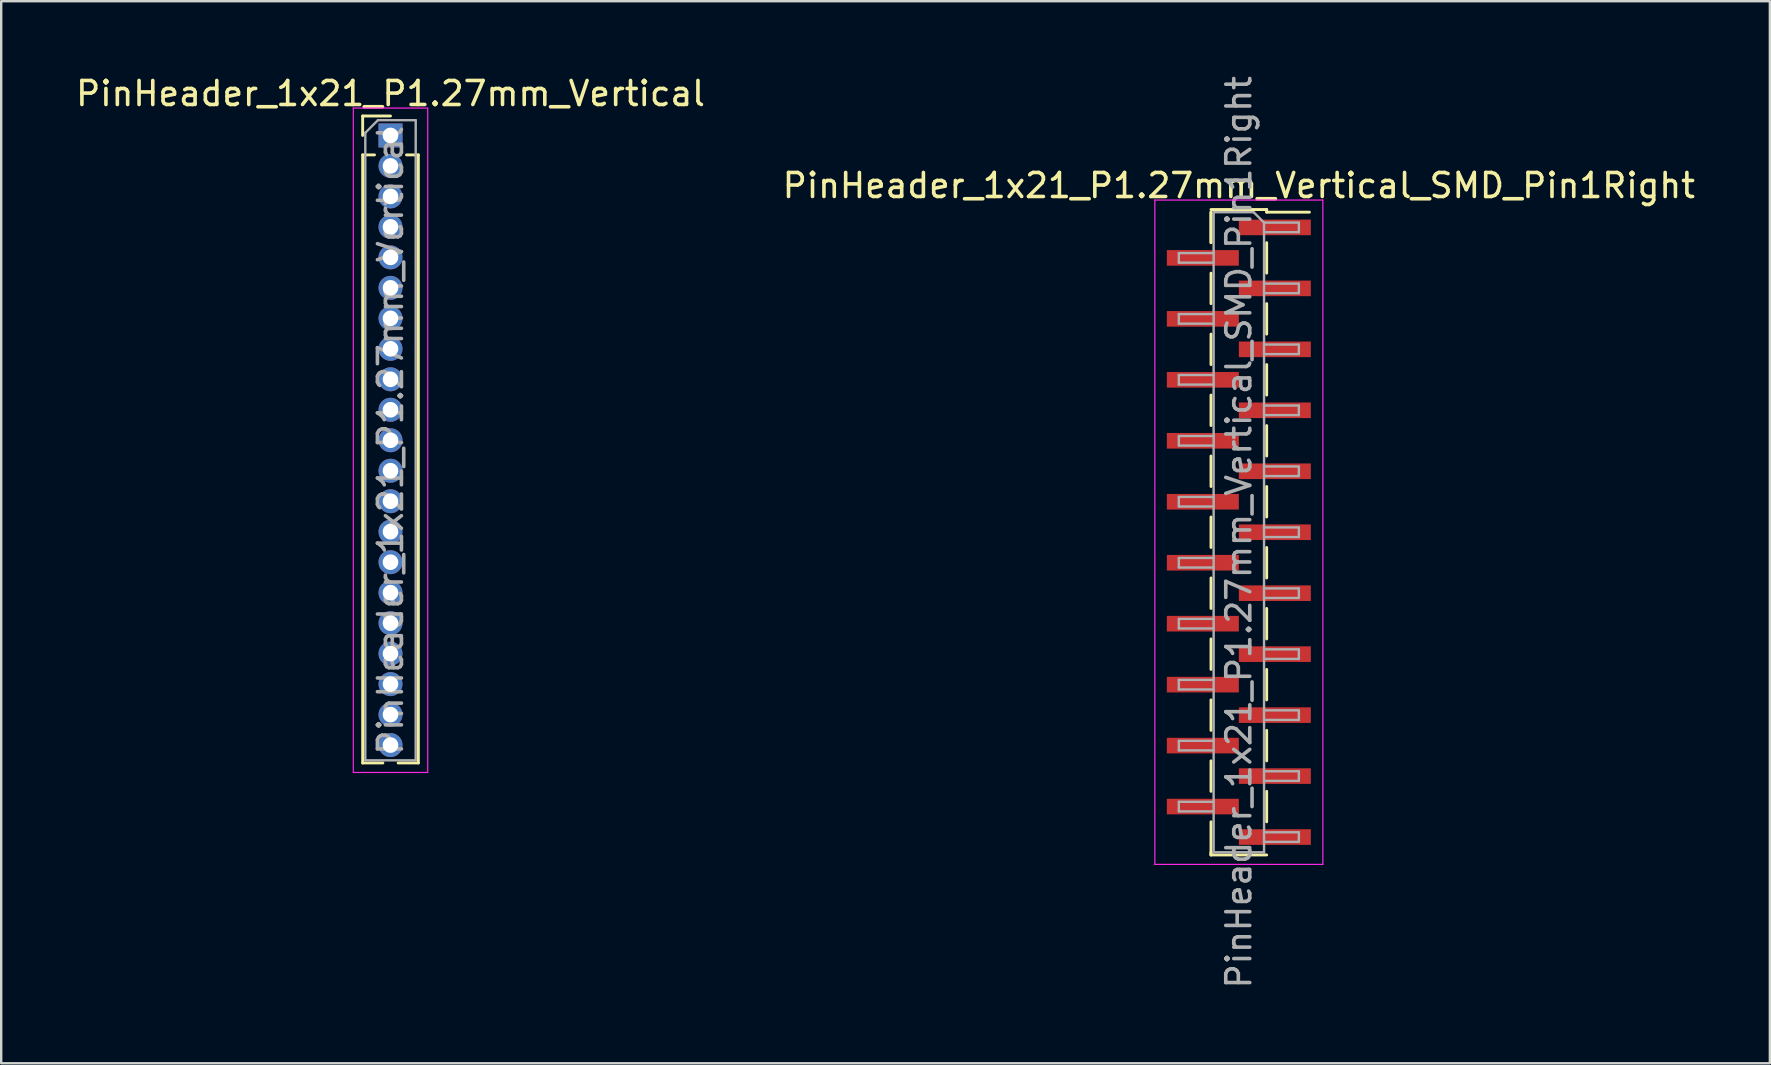
<source format=kicad_pcb>
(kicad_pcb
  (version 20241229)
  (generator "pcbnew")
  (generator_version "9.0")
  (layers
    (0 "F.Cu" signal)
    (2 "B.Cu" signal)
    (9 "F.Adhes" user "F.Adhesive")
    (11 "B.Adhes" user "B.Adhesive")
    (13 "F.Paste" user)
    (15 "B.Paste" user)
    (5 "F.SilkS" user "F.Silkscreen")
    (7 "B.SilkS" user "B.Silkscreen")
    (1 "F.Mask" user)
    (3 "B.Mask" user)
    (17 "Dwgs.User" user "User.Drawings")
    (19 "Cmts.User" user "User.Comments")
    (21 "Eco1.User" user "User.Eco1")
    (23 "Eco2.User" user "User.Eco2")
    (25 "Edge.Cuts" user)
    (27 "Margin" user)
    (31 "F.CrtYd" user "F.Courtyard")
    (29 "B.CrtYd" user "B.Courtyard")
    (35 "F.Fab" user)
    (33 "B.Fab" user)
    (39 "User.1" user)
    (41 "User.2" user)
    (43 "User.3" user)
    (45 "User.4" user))
  (footprint "PinHeader_1x21_P1.27mm_Vertical_SMD_Pin1Right"
    (layer "F.Cu")
    (at 48.565 19.125)
    (property "Reference" "PinHeader_1x21_P1.27mm_Vertical_SMD_Pin1Right" (at 0 -14.445 0) (layer "F.SilkS") (effects (font (size 1 1) (thickness 0.15))))
    (attr smd)
    (fp_line (start -1.16 -13.445) (end 1.16 -13.445) (stroke (width 0.12) (type solid)) (layer "F.SilkS"))
    (fp_line (start -1.16 -13.335) (end -1.16 -12.065) (stroke (width 0.12) (type solid)) (layer "F.SilkS"))
    (fp_line (start -1.16 -13.335) (end -1.16 -12.065) (stroke (width 0.12) (type solid)) (layer "F.SilkS"))
    (fp_line (start -1.16 -10.795) (end -1.16 -9.525) (stroke (width 0.12) (type solid)) (layer "F.SilkS"))
    (fp_line (start -1.16 -8.255) (end -1.16 -6.985) (stroke (width 0.12) (type solid)) (layer "F.SilkS"))
    (fp_line (start -1.16 -5.715) (end -1.16 -4.445) (stroke (width 0.12) (type solid)) (layer "F.SilkS"))
    (fp_line (start -1.16 -3.175) (end -1.16 -1.905) (stroke (width 0.12) (type solid)) (layer "F.SilkS"))
    (fp_line (start -1.16 -0.635) (end -1.16 0.635) (stroke (width 0.12) (type solid)) (layer "F.SilkS"))
    (fp_line (start -1.16 1.905) (end -1.16 3.175) (stroke (width 0.12) (type solid)) (layer "F.SilkS"))
    (fp_line (start -1.16 4.445) (end -1.16 5.715) (stroke (width 0.12) (type solid)) (layer "F.SilkS"))
    (fp_line (start -1.16 6.985) (end -1.16 8.255) (stroke (width 0.12) (type solid)) (layer "F.SilkS"))
    (fp_line (start -1.16 9.525) (end -1.16 10.795) (stroke (width 0.12) (type solid)) (layer "F.SilkS"))
    (fp_line (start -1.16 12.065) (end -1.16 13.445) (stroke (width 0.12) (type solid)) (layer "F.SilkS"))
    (fp_line (start -1.16 13.335) (end -1.16 13.445) (stroke (width 0.12) (type solid)) (layer "F.SilkS"))
    (fp_line (start -1.16 13.445) (end 1.16 13.445) (stroke (width 0.12) (type solid)) (layer "F.SilkS"))
    (fp_line (start 1.16 -13.445) (end 1.16 -13.335) (stroke (width 0.12) (type solid)) (layer "F.SilkS"))
    (fp_line (start 1.16 -13.335) (end 2.94 -13.335) (stroke (width 0.12) (type solid)) (layer "F.SilkS"))
    (fp_line (start 1.16 -12.065) (end 1.16 -10.795) (stroke (width 0.12) (type solid)) (layer "F.SilkS"))
    (fp_line (start 1.16 -9.525) (end 1.16 -8.255) (stroke (width 0.12) (type solid)) (layer "F.SilkS"))
    (fp_line (start 1.16 -6.985) (end 1.16 -5.715) (stroke (width 0.12) (type solid)) (layer "F.SilkS"))
    (fp_line (start 1.16 -4.445) (end 1.16 -3.175) (stroke (width 0.12) (type solid)) (layer "F.SilkS"))
    (fp_line (start 1.16 -1.905) (end 1.16 -0.635) (stroke (width 0.12) (type solid)) (layer "F.SilkS"))
    (fp_line (start 1.16 0.635) (end 1.16 1.905) (stroke (width 0.12) (type solid)) (layer "F.SilkS"))
    (fp_line (start 1.16 3.175) (end 1.16 4.445) (stroke (width 0.12) (type solid)) (layer "F.SilkS"))
    (fp_line (start 1.16 5.715) (end 1.16 6.985) (stroke (width 0.12) (type solid)) (layer "F.SilkS"))
    (fp_line (start 1.16 8.255) (end 1.16 9.525) (stroke (width 0.12) (type solid)) (layer "F.SilkS"))
    (fp_line (start 1.16 10.795) (end 1.16 12.065) (stroke (width 0.12) (type solid)) (layer "F.SilkS"))
    (fp_line (start -3.5 -13.84) (end -3.5 13.84) (stroke (width 0.05) (type solid)) (layer "F.CrtYd"))
    (fp_line (start -3.5 13.84) (end 3.5 13.84) (stroke (width 0.05) (type solid)) (layer "F.CrtYd"))
    (fp_line (start 3.5 -13.84) (end -3.5 -13.84) (stroke (width 0.05) (type solid)) (layer "F.CrtYd"))
    (fp_line (start 3.5 13.84) (end 3.5 -13.84) (stroke (width 0.05) (type solid)) (layer "F.CrtYd"))
    (fp_line (start -2.5 -11.63) (end -2.5 -11.23) (stroke (width 0.1) (type solid)) (layer "F.Fab"))
    (fp_line (start -2.5 -11.23) (end -1.05 -11.23) (stroke (width 0.1) (type solid)) (layer "F.Fab"))
    (fp_line (start -2.5 -9.09) (end -2.5 -8.69) (stroke (width 0.1) (type solid)) (layer "F.Fab"))
    (fp_line (start -2.5 -8.69) (end -1.05 -8.69) (stroke (width 0.1) (type solid)) (layer "F.Fab"))
    (fp_line (start -2.5 -6.55) (end -2.5 -6.15) (stroke (width 0.1) (type solid)) (layer "F.Fab"))
    (fp_line (start -2.5 -6.15) (end -1.05 -6.15) (stroke (width 0.1) (type solid)) (layer "F.Fab"))
    (fp_line (start -2.5 -4.01) (end -2.5 -3.61) (stroke (width 0.1) (type solid)) (layer "F.Fab"))
    (fp_line (start -2.5 -3.61) (end -1.05 -3.61) (stroke (width 0.1) (type solid)) (layer "F.Fab"))
    (fp_line (start -2.5 -1.47) (end -2.5 -1.07) (stroke (width 0.1) (type solid)) (layer "F.Fab"))
    (fp_line (start -2.5 -1.07) (end -1.05 -1.07) (stroke (width 0.1) (type solid)) (layer "F.Fab"))
    (fp_line (start -2.5 1.07) (end -2.5 1.47) (stroke (width 0.1) (type solid)) (layer "F.Fab"))
    (fp_line (start -2.5 1.47) (end -1.05 1.47) (stroke (width 0.1) (type solid)) (layer "F.Fab"))
    (fp_line (start -2.5 3.61) (end -2.5 4.01) (stroke (width 0.1) (type solid)) (layer "F.Fab"))
    (fp_line (start -2.5 4.01) (end -1.05 4.01) (stroke (width 0.1) (type solid)) (layer "F.Fab"))
    (fp_line (start -2.5 6.15) (end -2.5 6.55) (stroke (width 0.1) (type solid)) (layer "F.Fab"))
    (fp_line (start -2.5 6.55) (end -1.05 6.55) (stroke (width 0.1) (type solid)) (layer "F.Fab"))
    (fp_line (start -2.5 8.69) (end -2.5 9.09) (stroke (width 0.1) (type solid)) (layer "F.Fab"))
    (fp_line (start -2.5 9.09) (end -1.05 9.09) (stroke (width 0.1) (type solid)) (layer "F.Fab"))
    (fp_line (start -2.5 11.23) (end -2.5 11.63) (stroke (width 0.1) (type solid)) (layer "F.Fab"))
    (fp_line (start -2.5 11.63) (end -1.05 11.63) (stroke (width 0.1) (type solid)) (layer "F.Fab"))
    (fp_line (start -1.05 -13.335) (end -1.05 13.335) (stroke (width 0.1) (type solid)) (layer "F.Fab"))
    (fp_line (start -1.05 -13.335) (end 0.615 -13.335) (stroke (width 0.1) (type solid)) (layer "F.Fab"))
    (fp_line (start -1.05 -11.63) (end -2.5 -11.63) (stroke (width 0.1) (type solid)) (layer "F.Fab"))
    (fp_line (start -1.05 -9.09) (end -2.5 -9.09) (stroke (width 0.1) (type solid)) (layer "F.Fab"))
    (fp_line (start -1.05 -6.55) (end -2.5 -6.55) (stroke (width 0.1) (type solid)) (layer "F.Fab"))
    (fp_line (start -1.05 -4.01) (end -2.5 -4.01) (stroke (width 0.1) (type solid)) (layer "F.Fab"))
    (fp_line (start -1.05 -1.47) (end -2.5 -1.47) (stroke (width 0.1) (type solid)) (layer "F.Fab"))
    (fp_line (start -1.05 1.07) (end -2.5 1.07) (stroke (width 0.1) (type solid)) (layer "F.Fab"))
    (fp_line (start -1.05 3.61) (end -2.5 3.61) (stroke (width 0.1) (type solid)) (layer "F.Fab"))
    (fp_line (start -1.05 6.15) (end -2.5 6.15) (stroke (width 0.1) (type solid)) (layer "F.Fab"))
    (fp_line (start -1.05 8.69) (end -2.5 8.69) (stroke (width 0.1) (type solid)) (layer "F.Fab"))
    (fp_line (start -1.05 11.23) (end -2.5 11.23) (stroke (width 0.1) (type solid)) (layer "F.Fab"))
    (fp_line (start 1.05 -12.9) (end 0.615 -13.335) (stroke (width 0.1) (type solid)) (layer "F.Fab"))
    (fp_line (start 1.05 -12.9) (end 2.5 -12.9) (stroke (width 0.1) (type solid)) (layer "F.Fab"))
    (fp_line (start 1.05 -10.36) (end 2.5 -10.36) (stroke (width 0.1) (type solid)) (layer "F.Fab"))
    (fp_line (start 1.05 -7.82) (end 2.5 -7.82) (stroke (width 0.1) (type solid)) (layer "F.Fab"))
    (fp_line (start 1.05 -5.28) (end 2.5 -5.28) (stroke (width 0.1) (type solid)) (layer "F.Fab"))
    (fp_line (start 1.05 -2.74) (end 2.5 -2.74) (stroke (width 0.1) (type solid)) (layer "F.Fab"))
    (fp_line (start 1.05 -0.2) (end 2.5 -0.2) (stroke (width 0.1) (type solid)) (layer "F.Fab"))
    (fp_line (start 1.05 2.34) (end 2.5 2.34) (stroke (width 0.1) (type solid)) (layer "F.Fab"))
    (fp_line (start 1.05 4.88) (end 2.5 4.88) (stroke (width 0.1) (type solid)) (layer "F.Fab"))
    (fp_line (start 1.05 7.42) (end 2.5 7.42) (stroke (width 0.1) (type solid)) (layer "F.Fab"))
    (fp_line (start 1.05 9.96) (end 2.5 9.96) (stroke (width 0.1) (type solid)) (layer "F.Fab"))
    (fp_line (start 1.05 12.5) (end 2.5 12.5) (stroke (width 0.1) (type solid)) (layer "F.Fab"))
    (fp_line (start 1.05 13.335) (end -1.05 13.335) (stroke (width 0.1) (type solid)) (layer "F.Fab"))
    (fp_line (start 1.05 13.335) (end 1.05 -12.9) (stroke (width 0.1) (type solid)) (layer "F.Fab"))
    (fp_line (start 2.5 -12.9) (end 2.5 -12.5) (stroke (width 0.1) (type solid)) (layer "F.Fab"))
    (fp_line (start 2.5 -12.5) (end 1.05 -12.5) (stroke (width 0.1) (type solid)) (layer "F.Fab"))
    (fp_line (start 2.5 -10.36) (end 2.5 -9.96) (stroke (width 0.1) (type solid)) (layer "F.Fab"))
    (fp_line (start 2.5 -9.96) (end 1.05 -9.96) (stroke (width 0.1) (type solid)) (layer "F.Fab"))
    (fp_line (start 2.5 -7.82) (end 2.5 -7.42) (stroke (width 0.1) (type solid)) (layer "F.Fab"))
    (fp_line (start 2.5 -7.42) (end 1.05 -7.42) (stroke (width 0.1) (type solid)) (layer "F.Fab"))
    (fp_line (start 2.5 -5.28) (end 2.5 -4.88) (stroke (width 0.1) (type solid)) (layer "F.Fab"))
    (fp_line (start 2.5 -4.88) (end 1.05 -4.88) (stroke (width 0.1) (type solid)) (layer "F.Fab"))
    (fp_line (start 2.5 -2.74) (end 2.5 -2.34) (stroke (width 0.1) (type solid)) (layer "F.Fab"))
    (fp_line (start 2.5 -2.34) (end 1.05 -2.34) (stroke (width 0.1) (type solid)) (layer "F.Fab"))
    (fp_line (start 2.5 -0.2) (end 2.5 0.2) (stroke (width 0.1) (type solid)) (layer "F.Fab"))
    (fp_line (start 2.5 0.2) (end 1.05 0.2) (stroke (width 0.1) (type solid)) (layer "F.Fab"))
    (fp_line (start 2.5 2.34) (end 2.5 2.74) (stroke (width 0.1) (type solid)) (layer "F.Fab"))
    (fp_line (start 2.5 2.74) (end 1.05 2.74) (stroke (width 0.1) (type solid)) (layer "F.Fab"))
    (fp_line (start 2.5 4.88) (end 2.5 5.28) (stroke (width 0.1) (type solid)) (layer "F.Fab"))
    (fp_line (start 2.5 5.28) (end 1.05 5.28) (stroke (width 0.1) (type solid)) (layer "F.Fab"))
    (fp_line (start 2.5 7.42) (end 2.5 7.82) (stroke (width 0.1) (type solid)) (layer "F.Fab"))
    (fp_line (start 2.5 7.82) (end 1.05 7.82) (stroke (width 0.1) (type solid)) (layer "F.Fab"))
    (fp_line (start 2.5 9.96) (end 2.5 10.36) (stroke (width 0.1) (type solid)) (layer "F.Fab"))
    (fp_line (start 2.5 10.36) (end 1.05 10.36) (stroke (width 0.1) (type solid)) (layer "F.Fab"))
    (fp_line (start 2.5 12.5) (end 2.5 12.9) (stroke (width 0.1) (type solid)) (layer "F.Fab"))
    (fp_line (start 2.5 12.9) (end 1.05 12.9) (stroke (width 0.1) (type solid)) (layer "F.Fab"))
    (fp_text user "${REFERENCE}" (at 0 0 90) (layer "F.Fab") (effects (font (size 1 1) (thickness 0.15))))
    (pad "1" smd rect (at 1.5 -12.7) (size 3 0.65) (layers "F.Cu" "F.Mask" "F.Paste"))
    (pad "2" smd rect (at -1.5 -11.43) (size 3 0.65) (layers "F.Cu" "F.Mask" "F.Paste"))
    (pad "3" smd rect (at 1.5 -10.16) (size 3 0.65) (layers "F.Cu" "F.Mask" "F.Paste"))
    (pad "4" smd rect (at -1.5 -8.89) (size 3 0.65) (layers "F.Cu" "F.Mask" "F.Paste"))
    (pad "5" smd rect (at 1.5 -7.62) (size 3 0.65) (layers "F.Cu" "F.Mask" "F.Paste"))
    (pad "6" smd rect (at -1.5 -6.35) (size 3 0.65) (layers "F.Cu" "F.Mask" "F.Paste"))
    (pad "7" smd rect (at 1.5 -5.08) (size 3 0.65) (layers "F.Cu" "F.Mask" "F.Paste"))
    (pad "8" smd rect (at -1.5 -3.81) (size 3 0.65) (layers "F.Cu" "F.Mask" "F.Paste"))
    (pad "9" smd rect (at 1.5 -2.54) (size 3 0.65) (layers "F.Cu" "F.Mask" "F.Paste"))
    (pad "10" smd rect (at -1.5 -1.27) (size 3 0.65) (layers "F.Cu" "F.Mask" "F.Paste"))
    (pad "11" smd rect (at 1.5 0) (size 3 0.65) (layers "F.Cu" "F.Mask" "F.Paste"))
    (pad "12" smd rect (at -1.5 1.27) (size 3 0.65) (layers "F.Cu" "F.Mask" "F.Paste"))
    (pad "13" smd rect (at 1.5 2.54) (size 3 0.65) (layers "F.Cu" "F.Mask" "F.Paste"))
    (pad "14" smd rect (at -1.5 3.81) (size 3 0.65) (layers "F.Cu" "F.Mask" "F.Paste"))
    (pad "15" smd rect (at 1.5 5.08) (size 3 0.65) (layers "F.Cu" "F.Mask" "F.Paste"))
    (pad "16" smd rect (at -1.5 6.35) (size 3 0.65) (layers "F.Cu" "F.Mask" "F.Paste"))
    (pad "17" smd rect (at 1.5 7.62) (size 3 0.65) (layers "F.Cu" "F.Mask" "F.Paste"))
    (pad "18" smd rect (at -1.5 8.89) (size 3 0.65) (layers "F.Cu" "F.Mask" "F.Paste"))
    (pad "19" smd rect (at 1.5 10.16) (size 3 0.65) (layers "F.Cu" "F.Mask" "F.Paste"))
    (pad "20" smd rect (at -1.5 11.43) (size 3 0.65) (layers "F.Cu" "F.Mask" "F.Paste"))
    (pad "21" smd rect (at 1.5 12.7) (size 3 0.65) (layers "F.Cu" "F.Mask" "F.Paste")))
  (footprint "PinHeader_1x21_P1.27mm_Vertical"
    (layer "F.Cu")
    (at 13.22 2.593)
    (property "Reference" "PinHeader_1x21_P1.27mm_Vertical" (at 0 -1.745 0) (layer "F.SilkS") (effects (font (size 1 1) (thickness 0.15))))
    (attr through_hole)
    (fp_line (start -1.16 -0.81) (end 0 -0.81) (stroke (width 0.12) (type solid)) (layer "F.SilkS"))
    (fp_line (start -1.16 0) (end -1.16 -0.81) (stroke (width 0.12) (type solid)) (layer "F.SilkS"))
    (fp_line (start -1.16 0.81) (end -1.16 26.145) (stroke (width 0.12) (type solid)) (layer "F.SilkS"))
    (fp_line (start -1.16 0.81) (end -0.667 0.81) (stroke (width 0.12) (type solid)) (layer "F.SilkS"))
    (fp_line (start -1.16 26.145) (end -0.318 26.145) (stroke (width 0.12) (type solid)) (layer "F.SilkS"))
    (fp_line (start 0.318 26.145) (end 1.16 26.145) (stroke (width 0.12) (type solid)) (layer "F.SilkS"))
    (fp_line (start 0.667 0.81) (end 1.16 0.81) (stroke (width 0.12) (type solid)) (layer "F.SilkS"))
    (fp_line (start 1.16 0.81) (end 1.16 26.145) (stroke (width 0.12) (type solid)) (layer "F.SilkS"))
    (fp_line (start -1.55 -1.14) (end -1.55 26.54) (stroke (width 0.05) (type solid)) (layer "F.CrtYd"))
    (fp_line (start -1.55 26.54) (end 1.55 26.54) (stroke (width 0.05) (type solid)) (layer "F.CrtYd"))
    (fp_line (start 1.55 -1.14) (end -1.55 -1.14) (stroke (width 0.05) (type solid)) (layer "F.CrtYd"))
    (fp_line (start 1.55 26.54) (end 1.55 -1.14) (stroke (width 0.05) (type solid)) (layer "F.CrtYd"))
    (fp_line (start -1.05 -0.11) (end -0.525 -0.635) (stroke (width 0.1) (type solid)) (layer "F.Fab"))
    (fp_line (start -1.05 26.035) (end -1.05 -0.11) (stroke (width 0.1) (type solid)) (layer "F.Fab"))
    (fp_line (start -0.525 -0.635) (end 1.05 -0.635) (stroke (width 0.1) (type solid)) (layer "F.Fab"))
    (fp_line (start 1.05 -0.635) (end 1.05 26.035) (stroke (width 0.1) (type solid)) (layer "F.Fab"))
    (fp_line (start 1.05 26.035) (end -1.05 26.035) (stroke (width 0.1) (type solid)) (layer "F.Fab"))
    (fp_text user "${REFERENCE}" (at 0 12.7 90) (layer "F.Fab") (effects (font (size 1 1) (thickness 0.15))))
    (pad "1" thru_hole rect (at 0 0) (size 1 1) (drill 0.65) (layers "*.Cu" "*.Mask"))
    (pad "2" thru_hole circle (at 0 1.27) (size 1 1) (drill 0.65) (layers "*.Cu" "*.Mask"))
    (pad "3" thru_hole circle (at 0 2.54) (size 1 1) (drill 0.65) (layers "*.Cu" "*.Mask"))
    (pad "4" thru_hole circle (at 0 3.81) (size 1 1) (drill 0.65) (layers "*.Cu" "*.Mask"))
    (pad "5" thru_hole circle (at 0 5.08) (size 1 1) (drill 0.65) (layers "*.Cu" "*.Mask"))
    (pad "6" thru_hole circle (at 0 6.35) (size 1 1) (drill 0.65) (layers "*.Cu" "*.Mask"))
    (pad "7" thru_hole circle (at 0 7.62) (size 1 1) (drill 0.65) (layers "*.Cu" "*.Mask"))
    (pad "8" thru_hole circle (at 0 8.89) (size 1 1) (drill 0.65) (layers "*.Cu" "*.Mask"))
    (pad "9" thru_hole circle (at 0 10.16) (size 1 1) (drill 0.65) (layers "*.Cu" "*.Mask"))
    (pad "10" thru_hole circle (at 0 11.43) (size 1 1) (drill 0.65) (layers "*.Cu" "*.Mask"))
    (pad "11" thru_hole circle (at 0 12.7) (size 1 1) (drill 0.65) (layers "*.Cu" "*.Mask"))
    (pad "12" thru_hole circle (at 0 13.97) (size 1 1) (drill 0.65) (layers "*.Cu" "*.Mask"))
    (pad "13" thru_hole circle (at 0 15.24) (size 1 1) (drill 0.65) (layers "*.Cu" "*.Mask"))
    (pad "14" thru_hole circle (at 0 16.51) (size 1 1) (drill 0.65) (layers "*.Cu" "*.Mask"))
    (pad "15" thru_hole circle (at 0 17.78) (size 1 1) (drill 0.65) (layers "*.Cu" "*.Mask"))
    (pad "16" thru_hole circle (at 0 19.05) (size 1 1) (drill 0.65) (layers "*.Cu" "*.Mask"))
    (pad "17" thru_hole circle (at 0 20.32) (size 1 1) (drill 0.65) (layers "*.Cu" "*.Mask"))
    (pad "18" thru_hole circle (at 0 21.59) (size 1 1) (drill 0.65) (layers "*.Cu" "*.Mask"))
    (pad "19" thru_hole circle (at 0 22.86) (size 1 1) (drill 0.65) (layers "*.Cu" "*.Mask"))
    (pad "20" thru_hole circle (at 0 24.13) (size 1 1) (drill 0.65) (layers "*.Cu" "*.Mask"))
    (pad "21" thru_hole circle (at 0 25.4) (size 1 1) (drill 0.65) (layers "*.Cu" "*.Mask")))
  (gr_rect
    (start -3 -3)
    (end 70.69 41.25)
    (stroke (width 0.1) (type default))
    (fill no)
    (layer "Edge.Cuts")))
</source>
